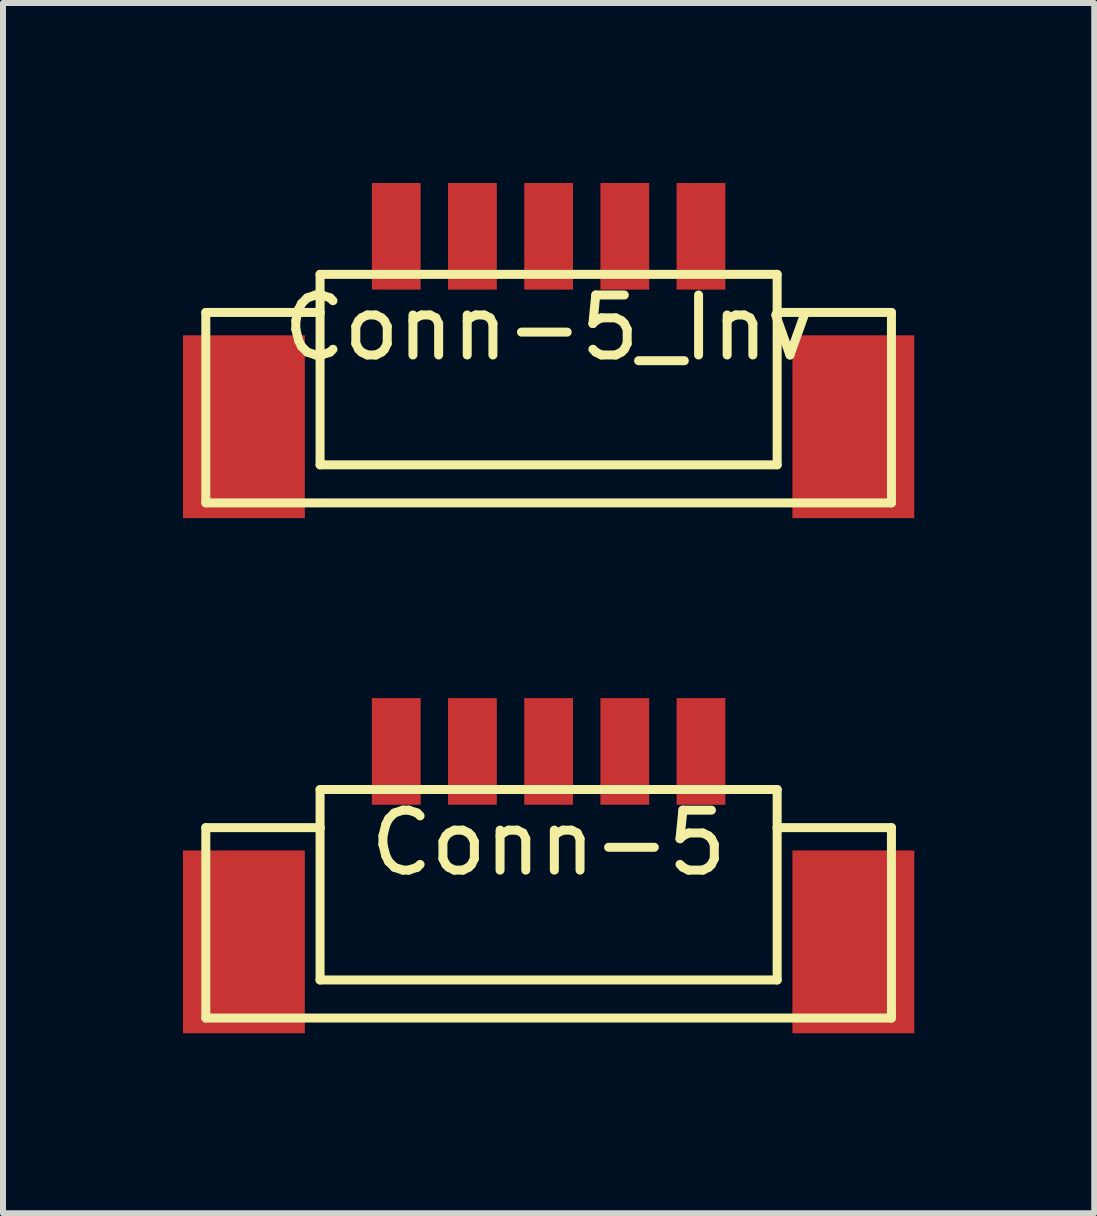
<source format=kicad_pcb>
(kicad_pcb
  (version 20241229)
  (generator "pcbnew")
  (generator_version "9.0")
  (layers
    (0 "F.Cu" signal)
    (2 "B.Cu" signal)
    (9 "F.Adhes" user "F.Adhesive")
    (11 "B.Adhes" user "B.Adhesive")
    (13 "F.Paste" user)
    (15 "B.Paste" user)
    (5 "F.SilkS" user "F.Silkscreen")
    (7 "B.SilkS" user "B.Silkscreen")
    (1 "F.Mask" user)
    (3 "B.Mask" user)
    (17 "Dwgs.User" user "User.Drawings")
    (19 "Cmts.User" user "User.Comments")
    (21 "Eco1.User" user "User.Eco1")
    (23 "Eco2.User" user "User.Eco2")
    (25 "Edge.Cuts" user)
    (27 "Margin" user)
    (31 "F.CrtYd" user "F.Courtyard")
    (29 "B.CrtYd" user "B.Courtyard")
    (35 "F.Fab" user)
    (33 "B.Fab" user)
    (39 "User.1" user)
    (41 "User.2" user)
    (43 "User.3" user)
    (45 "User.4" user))
  (footprint "Conn-5"
    (layer "F.Cu")
    (at 6.096 9.477)
    (property "Reference" "Conn-5" (at 0 1.524 0) (layer "F.SilkS") (effects (font (size 1 1) (thickness 0.15))))
    (attr smd)
    (fp_line (start -5.715 1.27) (end -3.81 1.27) (stroke (width 0.15) (type solid)) (layer "F.SilkS"))
    (fp_line (start -5.715 4.445) (end -5.715 1.27) (stroke (width 0.15) (type solid)) (layer "F.SilkS"))
    (fp_line (start -3.81 0.635) (end 3.81 0.635) (stroke (width 0.15) (type solid)) (layer "F.SilkS"))
    (fp_line (start -3.81 1.27) (end -3.81 0.635) (stroke (width 0.15) (type solid)) (layer "F.SilkS"))
    (fp_line (start -3.81 3.81) (end -3.81 1.27) (stroke (width 0.15) (type solid)) (layer "F.SilkS"))
    (fp_line (start 3.81 0.635) (end 3.81 1.27) (stroke (width 0.15) (type solid)) (layer "F.SilkS"))
    (fp_line (start 3.81 1.27) (end 3.81 3.81) (stroke (width 0.15) (type solid)) (layer "F.SilkS"))
    (fp_line (start 3.81 1.27) (end 5.715 1.27) (stroke (width 0.15) (type solid)) (layer "F.SilkS"))
    (fp_line (start 3.81 3.81) (end -3.81 3.81) (stroke (width 0.15) (type solid)) (layer "F.SilkS"))
    (fp_line (start 5.715 4.445) (end -5.715 4.445) (stroke (width 0.15) (type solid)) (layer "F.SilkS"))
    (fp_line (start 5.715 4.445) (end 5.715 1.27) (stroke (width 0.15) (type solid)) (layer "F.SilkS"))
    (pad "" smd rect (at -5.08 3.175) (size 2.032 3.048) (layers "F.Cu" "F.Mask" "F.Paste"))
    (pad "" smd rect (at 5.08 3.175) (size 2.032 3.048) (layers "F.Cu" "F.Mask" "F.Paste"))
    (pad "1" smd rect (at -2.54 0) (size 0.813 1.778) (layers "F.Cu" "F.Mask" "F.Paste"))
    (pad "2" smd rect (at -1.27 0) (size 0.813 1.778) (layers "F.Cu" "F.Mask" "F.Paste"))
    (pad "3" smd rect (at 0 0) (size 0.813 1.778) (layers "F.Cu" "F.Mask" "F.Paste"))
    (pad "4" smd rect (at 1.27 0) (size 0.813 1.778) (layers "F.Cu" "F.Mask" "F.Paste"))
    (pad "5" smd rect (at 2.54 0) (size 0.813 1.778) (layers "F.Cu" "F.Mask" "F.Paste")))
  (footprint "Conn-5_Inv"
    (layer "F.Cu")
    (at 6.096 0.889)
    (property "Reference" "Conn-5_Inv" (at 0 1.524 0) (layer "F.SilkS") (effects (font (size 1 1) (thickness 0.15))))
    (attr smd)
    (fp_line (start -5.715 1.27) (end -3.81 1.27) (stroke (width 0.15) (type solid)) (layer "F.SilkS"))
    (fp_line (start -5.715 4.445) (end -5.715 1.27) (stroke (width 0.15) (type solid)) (layer "F.SilkS"))
    (fp_line (start -3.81 0.635) (end 3.81 0.635) (stroke (width 0.15) (type solid)) (layer "F.SilkS"))
    (fp_line (start -3.81 1.27) (end -3.81 0.635) (stroke (width 0.15) (type solid)) (layer "F.SilkS"))
    (fp_line (start -3.81 3.81) (end -3.81 1.27) (stroke (width 0.15) (type solid)) (layer "F.SilkS"))
    (fp_line (start 3.81 0.635) (end 3.81 1.27) (stroke (width 0.15) (type solid)) (layer "F.SilkS"))
    (fp_line (start 3.81 1.27) (end 3.81 3.81) (stroke (width 0.15) (type solid)) (layer "F.SilkS"))
    (fp_line (start 3.81 1.27) (end 5.715 1.27) (stroke (width 0.15) (type solid)) (layer "F.SilkS"))
    (fp_line (start 3.81 3.81) (end -3.81 3.81) (stroke (width 0.15) (type solid)) (layer "F.SilkS"))
    (fp_line (start 5.715 4.445) (end -5.715 4.445) (stroke (width 0.15) (type solid)) (layer "F.SilkS"))
    (fp_line (start 5.715 4.445) (end 5.715 1.27) (stroke (width 0.15) (type solid)) (layer "F.SilkS"))
    (pad "" smd rect (at -5.08 3.175) (size 2.032 3.048) (layers "F.Cu" "F.Mask" "F.Paste"))
    (pad "" smd rect (at 5.08 3.175) (size 2.032 3.048) (layers "F.Cu" "F.Mask" "F.Paste"))
    (pad "1" smd rect (at -2.54 0) (size 0.813 1.778) (layers "F.Cu" "F.Mask" "F.Paste"))
    (pad "2" smd rect (at -1.27 0) (size 0.813 1.778) (layers "F.Cu" "F.Mask" "F.Paste"))
    (pad "3" smd rect (at 0 0) (size 0.813 1.778) (layers "F.Cu" "F.Mask" "F.Paste"))
    (pad "4" smd rect (at 1.27 0) (size 0.813 1.778) (layers "F.Cu" "F.Mask" "F.Paste"))
    (pad "5" smd rect (at 2.54 0) (size 0.813 1.778) (layers "F.Cu" "F.Mask" "F.Paste")))
  (gr_rect
    (start -3 -3)
    (end 15.192 17.176)
    (stroke (width 0.1) (type default))
    (fill no)
    (layer "Edge.Cuts")))
</source>
